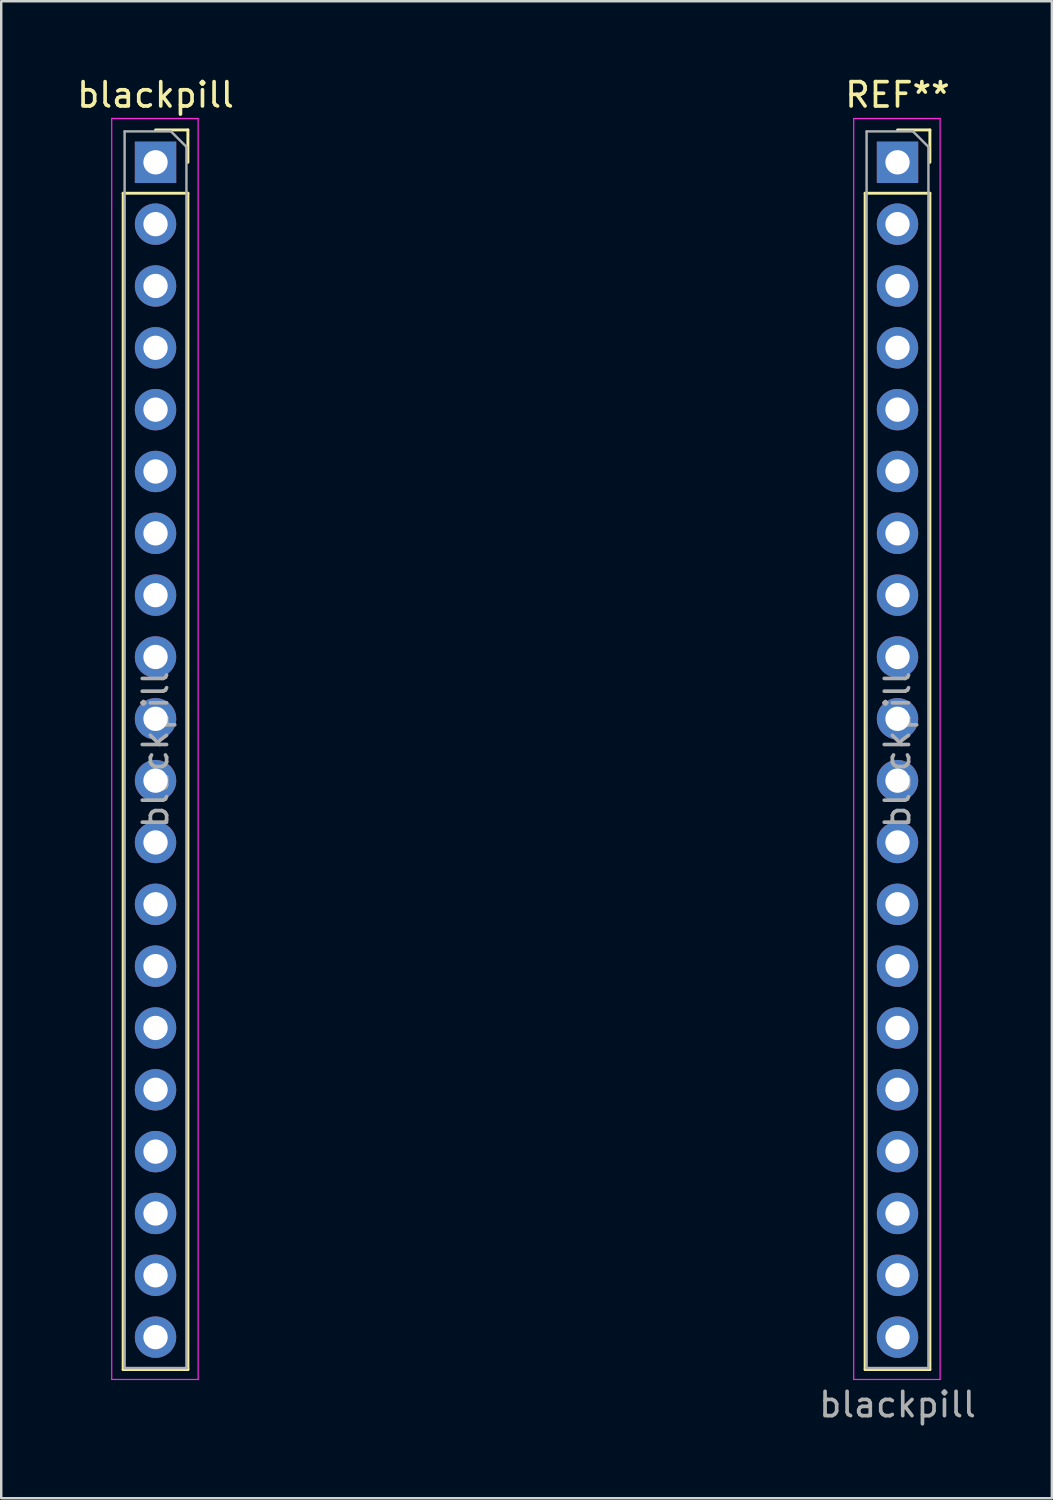
<source format=kicad_pcb>
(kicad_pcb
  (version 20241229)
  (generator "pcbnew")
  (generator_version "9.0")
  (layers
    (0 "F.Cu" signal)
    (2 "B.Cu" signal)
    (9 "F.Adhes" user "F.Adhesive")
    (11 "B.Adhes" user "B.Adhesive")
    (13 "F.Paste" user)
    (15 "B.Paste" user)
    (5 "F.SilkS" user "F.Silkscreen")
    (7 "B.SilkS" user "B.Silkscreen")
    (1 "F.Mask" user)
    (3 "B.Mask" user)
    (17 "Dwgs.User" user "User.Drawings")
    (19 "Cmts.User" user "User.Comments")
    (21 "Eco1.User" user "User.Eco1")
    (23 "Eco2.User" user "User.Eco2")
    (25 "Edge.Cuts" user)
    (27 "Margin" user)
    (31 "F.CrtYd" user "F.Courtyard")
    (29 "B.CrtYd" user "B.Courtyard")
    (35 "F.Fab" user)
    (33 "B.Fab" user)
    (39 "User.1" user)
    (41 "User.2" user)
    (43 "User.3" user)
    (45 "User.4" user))
  (footprint "blackpill"
    (layer "F.Cu")
    (at 3.339 3.618)
    (property "Reference" "blackpill" (at 0 -2.77 0) (layer "F.SilkS") (effects (font (size 1 1) (thickness 0.15))))
    (attr through_hole)
    (fp_line (start -1.33 1.27) (end -1.33 49.59) (stroke (width 0.12) (type solid)) (layer "F.SilkS"))
    (fp_line (start -1.33 1.27) (end 1.33 1.27) (stroke (width 0.12) (type solid)) (layer "F.SilkS"))
    (fp_line (start -1.33 49.59) (end 1.33 49.59) (stroke (width 0.12) (type solid)) (layer "F.SilkS"))
    (fp_line (start 0 -1.33) (end 1.33 -1.33) (stroke (width 0.12) (type solid)) (layer "F.SilkS"))
    (fp_line (start 1.33 -1.33) (end 1.33 0) (stroke (width 0.12) (type solid)) (layer "F.SilkS"))
    (fp_line (start 1.33 1.27) (end 1.33 49.59) (stroke (width 0.12) (type solid)) (layer "F.SilkS"))
    (fp_line (start 29.15 1.27) (end 29.15 49.59) (stroke (width 0.12) (type solid)) (layer "F.SilkS"))
    (fp_line (start 29.15 1.27) (end 31.81 1.27) (stroke (width 0.12) (type solid)) (layer "F.SilkS"))
    (fp_line (start 29.15 49.59) (end 31.81 49.59) (stroke (width 0.12) (type solid)) (layer "F.SilkS"))
    (fp_line (start 30.48 -1.33) (end 31.81 -1.33) (stroke (width 0.12) (type solid)) (layer "F.SilkS"))
    (fp_line (start 31.81 -1.33) (end 31.81 0) (stroke (width 0.12) (type solid)) (layer "F.SilkS"))
    (fp_line (start 31.81 1.27) (end 31.81 49.59) (stroke (width 0.12) (type solid)) (layer "F.SilkS"))
    (fp_line (start -1.8 -1.8) (end 1.75 -1.8) (stroke (width 0.05) (type solid)) (layer "F.CrtYd"))
    (fp_line (start -1.8 50) (end -1.8 -1.8) (stroke (width 0.05) (type solid)) (layer "F.CrtYd"))
    (fp_line (start 1.75 -1.8) (end 1.75 50) (stroke (width 0.05) (type solid)) (layer "F.CrtYd"))
    (fp_line (start 1.75 50) (end -1.8 50) (stroke (width 0.05) (type solid)) (layer "F.CrtYd"))
    (fp_line (start 28.68 -1.8) (end 32.23 -1.8) (stroke (width 0.05) (type solid)) (layer "F.CrtYd"))
    (fp_line (start 28.68 50) (end 28.68 -1.8) (stroke (width 0.05) (type solid)) (layer "F.CrtYd"))
    (fp_line (start 32.23 -1.8) (end 32.23 50) (stroke (width 0.05) (type solid)) (layer "F.CrtYd"))
    (fp_line (start 32.23 50) (end 28.68 50) (stroke (width 0.05) (type solid)) (layer "F.CrtYd"))
    (fp_line (start -1.27 -1.27) (end 0.635 -1.27) (stroke (width 0.1) (type solid)) (layer "F.Fab"))
    (fp_line (start -1.27 49.53) (end -1.27 -1.27) (stroke (width 0.1) (type solid)) (layer "F.Fab"))
    (fp_line (start 0.635 -1.27) (end 1.27 -0.635) (stroke (width 0.1) (type solid)) (layer "F.Fab"))
    (fp_line (start 1.27 -0.635) (end 1.27 49.53) (stroke (width 0.1) (type solid)) (layer "F.Fab"))
    (fp_line (start 1.27 49.53) (end -1.27 49.53) (stroke (width 0.1) (type solid)) (layer "F.Fab"))
    (fp_line (start 29.21 -1.27) (end 31.115 -1.27) (stroke (width 0.1) (type solid)) (layer "F.Fab"))
    (fp_line (start 29.21 49.53) (end 29.21 -1.27) (stroke (width 0.1) (type solid)) (layer "F.Fab"))
    (fp_line (start 31.115 -1.27) (end 31.75 -0.635) (stroke (width 0.1) (type solid)) (layer "F.Fab"))
    (fp_line (start 31.75 -0.635) (end 31.75 49.53) (stroke (width 0.1) (type solid)) (layer "F.Fab"))
    (fp_line (start 31.75 49.53) (end 29.21 49.53) (stroke (width 0.1) (type solid)) (layer "F.Fab"))
    (fp_text user "REF**" (at 30.48 -2.77 0) (layer "F.SilkS") (effects (font (size 1 1) (thickness 0.15))))
    (fp_text user "${REFERENCE}" (at 30.48 24.13 90) (layer "F.Fab") (effects (font (size 1 1) (thickness 0.15))))
    (fp_text user "${REFERENCE}" (at 0 24.13 90) (layer "F.Fab") (effects (font (size 1 1) (thickness 0.15))))
    (fp_text user "blackpill" (at 30.48 51.03 0) (layer "F.Fab") (effects (font (size 1 1) (thickness 0.15))))
    (pad "1" thru_hole rect (at 0 0) (size 1.7 1.7) (drill 1) (layers "*.Cu" "*.Mask"))
    (pad "1" thru_hole rect (at 30.48 0) (size 1.7 1.7) (drill 1) (layers "*.Cu" "*.Mask"))
    (pad "2" thru_hole oval (at 0 2.54) (size 1.7 1.7) (drill 1) (layers "*.Cu" "*.Mask"))
    (pad "2" thru_hole oval (at 30.48 2.54) (size 1.7 1.7) (drill 1) (layers "*.Cu" "*.Mask"))
    (pad "3" thru_hole oval (at 0 5.08) (size 1.7 1.7) (drill 1) (layers "*.Cu" "*.Mask"))
    (pad "3" thru_hole oval (at 30.48 5.08) (size 1.7 1.7) (drill 1) (layers "*.Cu" "*.Mask"))
    (pad "4" thru_hole oval (at 0 7.62) (size 1.7 1.7) (drill 1) (layers "*.Cu" "*.Mask"))
    (pad "4" thru_hole oval (at 30.48 7.62) (size 1.7 1.7) (drill 1) (layers "*.Cu" "*.Mask"))
    (pad "5" thru_hole oval (at 0 10.16) (size 1.7 1.7) (drill 1) (layers "*.Cu" "*.Mask"))
    (pad "5" thru_hole oval (at 30.48 10.16) (size 1.7 1.7) (drill 1) (layers "*.Cu" "*.Mask"))
    (pad "6" thru_hole oval (at 0 12.7) (size 1.7 1.7) (drill 1) (layers "*.Cu" "*.Mask"))
    (pad "6" thru_hole oval (at 30.48 12.7) (size 1.7 1.7) (drill 1) (layers "*.Cu" "*.Mask"))
    (pad "7" thru_hole oval (at 0 15.24) (size 1.7 1.7) (drill 1) (layers "*.Cu" "*.Mask"))
    (pad "7" thru_hole oval (at 30.48 15.24) (size 1.7 1.7) (drill 1) (layers "*.Cu" "*.Mask"))
    (pad "8" thru_hole oval (at 0 17.78) (size 1.7 1.7) (drill 1) (layers "*.Cu" "*.Mask"))
    (pad "8" thru_hole oval (at 30.48 17.78) (size 1.7 1.7) (drill 1) (layers "*.Cu" "*.Mask"))
    (pad "9" thru_hole oval (at 0 20.32) (size 1.7 1.7) (drill 1) (layers "*.Cu" "*.Mask"))
    (pad "9" thru_hole oval (at 30.48 20.32) (size 1.7 1.7) (drill 1) (layers "*.Cu" "*.Mask"))
    (pad "10" thru_hole oval (at 0 22.86) (size 1.7 1.7) (drill 1) (layers "*.Cu" "*.Mask"))
    (pad "10" thru_hole oval (at 30.48 22.86) (size 1.7 1.7) (drill 1) (layers "*.Cu" "*.Mask"))
    (pad "11" thru_hole oval (at 0 25.4) (size 1.7 1.7) (drill 1) (layers "*.Cu" "*.Mask"))
    (pad "11" thru_hole oval (at 30.48 25.4) (size 1.7 1.7) (drill 1) (layers "*.Cu" "*.Mask"))
    (pad "12" thru_hole oval (at 0 27.94) (size 1.7 1.7) (drill 1) (layers "*.Cu" "*.Mask"))
    (pad "12" thru_hole oval (at 30.48 27.94) (size 1.7 1.7) (drill 1) (layers "*.Cu" "*.Mask"))
    (pad "13" thru_hole oval (at 0 30.48) (size 1.7 1.7) (drill 1) (layers "*.Cu" "*.Mask"))
    (pad "13" thru_hole oval (at 30.48 30.48) (size 1.7 1.7) (drill 1) (layers "*.Cu" "*.Mask"))
    (pad "14" thru_hole oval (at 0 33.02) (size 1.7 1.7) (drill 1) (layers "*.Cu" "*.Mask"))
    (pad "14" thru_hole oval (at 30.48 33.02) (size 1.7 1.7) (drill 1) (layers "*.Cu" "*.Mask"))
    (pad "15" thru_hole oval (at 0 35.56) (size 1.7 1.7) (drill 1) (layers "*.Cu" "*.Mask"))
    (pad "15" thru_hole oval (at 30.48 35.56) (size 1.7 1.7) (drill 1) (layers "*.Cu" "*.Mask"))
    (pad "16" thru_hole oval (at 0 38.1) (size 1.7 1.7) (drill 1) (layers "*.Cu" "*.Mask"))
    (pad "16" thru_hole oval (at 30.48 38.1) (size 1.7 1.7) (drill 1) (layers "*.Cu" "*.Mask"))
    (pad "17" thru_hole oval (at 0 40.64) (size 1.7 1.7) (drill 1) (layers "*.Cu" "*.Mask"))
    (pad "17" thru_hole oval (at 30.48 40.64) (size 1.7 1.7) (drill 1) (layers "*.Cu" "*.Mask"))
    (pad "18" thru_hole oval (at 0 43.18) (size 1.7 1.7) (drill 1) (layers "*.Cu" "*.Mask"))
    (pad "18" thru_hole oval (at 30.48 43.18) (size 1.7 1.7) (drill 1) (layers "*.Cu" "*.Mask"))
    (pad "19" thru_hole oval (at 0 45.72) (size 1.7 1.7) (drill 1) (layers "*.Cu" "*.Mask"))
    (pad "19" thru_hole oval (at 30.48 45.72) (size 1.7 1.7) (drill 1) (layers "*.Cu" "*.Mask"))
    (pad "20" thru_hole oval (at 0 48.26) (size 1.7 1.7) (drill 1) (layers "*.Cu" "*.Mask"))
    (pad "20" thru_hole oval (at 30.48 48.26) (size 1.7 1.7) (drill 1) (layers "*.Cu" "*.Mask")))
  (gr_rect
    (start -3 -3)
    (end 40.159 58.496)
    (stroke (width 0.1) (type default))
    (fill no)
    (layer "Edge.Cuts")))
</source>
